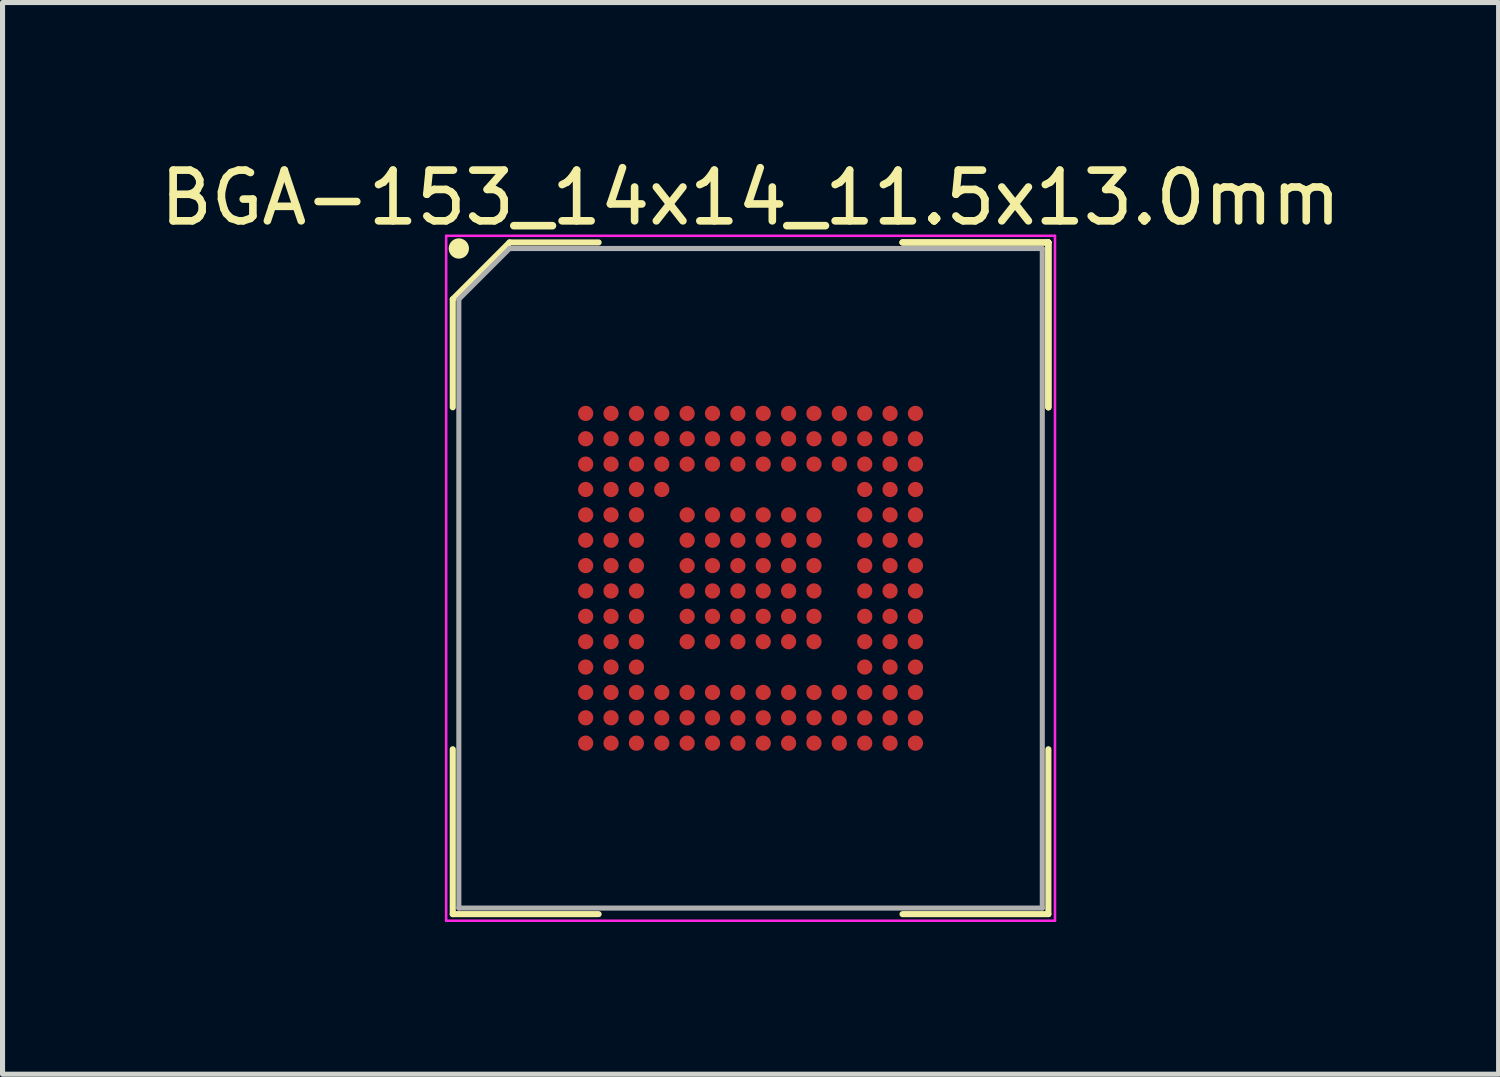
<source format=kicad_pcb>
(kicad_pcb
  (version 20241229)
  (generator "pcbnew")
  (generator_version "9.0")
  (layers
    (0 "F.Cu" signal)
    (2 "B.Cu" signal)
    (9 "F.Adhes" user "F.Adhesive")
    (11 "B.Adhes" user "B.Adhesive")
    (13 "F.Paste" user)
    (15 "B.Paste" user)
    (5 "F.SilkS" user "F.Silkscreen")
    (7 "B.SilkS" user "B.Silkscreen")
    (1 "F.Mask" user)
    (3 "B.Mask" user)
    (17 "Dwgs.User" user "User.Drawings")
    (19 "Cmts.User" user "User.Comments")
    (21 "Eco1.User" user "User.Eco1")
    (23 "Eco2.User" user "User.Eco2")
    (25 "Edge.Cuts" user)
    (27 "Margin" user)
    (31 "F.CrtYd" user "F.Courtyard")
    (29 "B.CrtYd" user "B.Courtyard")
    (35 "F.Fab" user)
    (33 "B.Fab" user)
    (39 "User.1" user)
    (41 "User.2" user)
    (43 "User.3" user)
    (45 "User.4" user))
  (footprint "BGA-153_14x14_11.5x13.0mm"
    (layer "F.Cu")
    (at 11.744 8.348)
    (property "Reference" "BGA-153_14x14_11.5x13.0mm" (at 0 -7.5 0) (layer "F.SilkS") (effects (font (size 1 1) (thickness 0.15))))
    (attr smd)
    (fp_line (start -5.87 -5.5) (end -5.87 -3.37) (stroke (width 0.12) (type solid)) (layer "F.SilkS"))
    (fp_line (start -5.87 6.62) (end -5.87 3.37) (stroke (width 0.12) (type solid)) (layer "F.SilkS"))
    (fp_line (start -4.75 -6.62) (end -5.87 -5.5) (stroke (width 0.12) (type solid)) (layer "F.SilkS"))
    (fp_line (start -2.995 -6.62) (end -4.75 -6.62) (stroke (width 0.12) (type solid)) (layer "F.SilkS"))
    (fp_line (start -2.995 6.62) (end -5.87 6.62) (stroke (width 0.12) (type solid)) (layer "F.SilkS"))
    (fp_line (start 2.995 -6.62) (end 5.87 -6.62) (stroke (width 0.12) (type solid)) (layer "F.SilkS"))
    (fp_line (start 2.995 -6.62) (end 5.87 -6.62) (stroke (width 0.12) (type solid)) (layer "F.SilkS"))
    (fp_line (start 2.995 -6.62) (end 5.87 -6.62) (stroke (width 0.12) (type solid)) (layer "F.SilkS"))
    (fp_line (start 2.995 6.62) (end 5.87 6.62) (stroke (width 0.12) (type solid)) (layer "F.SilkS"))
    (fp_line (start 5.87 -6.62) (end 5.87 -3.37) (stroke (width 0.12) (type solid)) (layer "F.SilkS"))
    (fp_line (start 5.87 -6.62) (end 5.87 -3.37) (stroke (width 0.12) (type solid)) (layer "F.SilkS"))
    (fp_line (start 5.87 -6.62) (end 5.87 -3.37) (stroke (width 0.12) (type solid)) (layer "F.SilkS"))
    (fp_line (start 5.87 6.62) (end 5.87 3.37) (stroke (width 0.12) (type solid)) (layer "F.SilkS"))
    (fp_circle (center -5.75 -6.5) (end -5.75 -6.4) (stroke (width 0.2) (type solid)) (fill no) (layer "F.SilkS"))
    (fp_line (start -6 -6.75) (end 6 -6.75) (stroke (width 0.05) (type solid)) (layer "F.CrtYd"))
    (fp_line (start -6 6.75) (end -6 -6.75) (stroke (width 0.05) (type solid)) (layer "F.CrtYd"))
    (fp_line (start 6 -6.75) (end 6 6.75) (stroke (width 0.05) (type solid)) (layer "F.CrtYd"))
    (fp_line (start 6 6.75) (end -6 6.75) (stroke (width 0.05) (type solid)) (layer "F.CrtYd"))
    (fp_line (start -5.75 -5.5) (end -5.75 6.5) (stroke (width 0.1) (type solid)) (layer "F.Fab"))
    (fp_line (start -5.75 6.5) (end 5.75 6.5) (stroke (width 0.1) (type solid)) (layer "F.Fab"))
    (fp_line (start -4.75 -6.5) (end -5.75 -5.5) (stroke (width 0.1) (type solid)) (layer "F.Fab"))
    (fp_line (start 5.75 -6.5) (end -4.75 -6.5) (stroke (width 0.1) (type solid)) (layer "F.Fab"))
    (fp_line (start 5.75 6.5) (end 5.75 -6.5) (stroke (width 0.1) (type solid)) (layer "F.Fab"))
    (pad "A1" smd circle (at -3.25 -3.25) (size 0.3 0.3) (layers "F.Cu" "F.Mask" "F.Paste"))
    (pad "A2" smd circle (at -2.75 -3.25) (size 0.3 0.3) (layers "F.Cu" "F.Mask" "F.Paste"))
    (pad "A3" smd circle (at -2.25 -3.25) (size 0.3 0.3) (layers "F.Cu" "F.Mask" "F.Paste"))
    (pad "A4" smd circle (at -1.75 -3.25) (size 0.3 0.3) (layers "F.Cu" "F.Mask" "F.Paste"))
    (pad "A5" smd circle (at -1.25 -3.25) (size 0.3 0.3) (layers "F.Cu" "F.Mask" "F.Paste"))
    (pad "A6" smd circle (at -0.75 -3.25) (size 0.3 0.3) (layers "F.Cu" "F.Mask" "F.Paste"))
    (pad "A7" smd circle (at -0.25 -3.25) (size 0.3 0.3) (layers "F.Cu" "F.Mask" "F.Paste"))
    (pad "A8" smd circle (at 0.25 -3.25) (size 0.3 0.3) (layers "F.Cu" "F.Mask" "F.Paste"))
    (pad "A9" smd circle (at 0.75 -3.25) (size 0.3 0.3) (layers "F.Cu" "F.Mask" "F.Paste"))
    (pad "A10" smd circle (at 1.25 -3.25) (size 0.3 0.3) (layers "F.Cu" "F.Mask" "F.Paste"))
    (pad "A11" smd circle (at 1.75 -3.25) (size 0.3 0.3) (layers "F.Cu" "F.Mask" "F.Paste"))
    (pad "A12" smd circle (at 2.25 -3.25) (size 0.3 0.3) (layers "F.Cu" "F.Mask" "F.Paste"))
    (pad "A13" smd circle (at 2.75 -3.25) (size 0.3 0.3) (layers "F.Cu" "F.Mask" "F.Paste"))
    (pad "A14" smd circle (at 3.25 -3.25) (size 0.3 0.3) (layers "F.Cu" "F.Mask" "F.Paste"))
    (pad "B1" smd circle (at -3.25 -2.75) (size 0.3 0.3) (layers "F.Cu" "F.Mask" "F.Paste"))
    (pad "B2" smd circle (at -2.75 -2.75) (size 0.3 0.3) (layers "F.Cu" "F.Mask" "F.Paste"))
    (pad "B3" smd circle (at -2.25 -2.75) (size 0.3 0.3) (layers "F.Cu" "F.Mask" "F.Paste"))
    (pad "B4" smd circle (at -1.75 -2.75) (size 0.3 0.3) (layers "F.Cu" "F.Mask" "F.Paste"))
    (pad "B5" smd circle (at -1.25 -2.75) (size 0.3 0.3) (layers "F.Cu" "F.Mask" "F.Paste"))
    (pad "B6" smd circle (at -0.75 -2.75) (size 0.3 0.3) (layers "F.Cu" "F.Mask" "F.Paste"))
    (pad "B7" smd circle (at -0.25 -2.75) (size 0.3 0.3) (layers "F.Cu" "F.Mask" "F.Paste"))
    (pad "B8" smd circle (at 0.25 -2.75) (size 0.3 0.3) (layers "F.Cu" "F.Mask" "F.Paste"))
    (pad "B9" smd circle (at 0.75 -2.75) (size 0.3 0.3) (layers "F.Cu" "F.Mask" "F.Paste"))
    (pad "B10" smd circle (at 1.25 -2.75) (size 0.3 0.3) (layers "F.Cu" "F.Mask" "F.Paste"))
    (pad "B11" smd circle (at 1.75 -2.75) (size 0.3 0.3) (layers "F.Cu" "F.Mask" "F.Paste"))
    (pad "B12" smd circle (at 2.25 -2.75) (size 0.3 0.3) (layers "F.Cu" "F.Mask" "F.Paste"))
    (pad "B13" smd circle (at 2.75 -2.75) (size 0.3 0.3) (layers "F.Cu" "F.Mask" "F.Paste"))
    (pad "B14" smd circle (at 3.25 -2.75) (size 0.3 0.3) (layers "F.Cu" "F.Mask" "F.Paste"))
    (pad "C1" smd circle (at -3.25 -2.25) (size 0.3 0.3) (layers "F.Cu" "F.Mask" "F.Paste"))
    (pad "C2" smd circle (at -2.75 -2.25) (size 0.3 0.3) (layers "F.Cu" "F.Mask" "F.Paste"))
    (pad "C3" smd circle (at -2.25 -2.25) (size 0.3 0.3) (layers "F.Cu" "F.Mask" "F.Paste"))
    (pad "C4" smd circle (at -1.75 -2.25) (size 0.3 0.3) (layers "F.Cu" "F.Mask" "F.Paste"))
    (pad "C5" smd circle (at -1.25 -2.25) (size 0.3 0.3) (layers "F.Cu" "F.Mask" "F.Paste"))
    (pad "C6" smd circle (at -0.75 -2.25) (size 0.3 0.3) (layers "F.Cu" "F.Mask" "F.Paste"))
    (pad "C7" smd circle (at -0.25 -2.25) (size 0.3 0.3) (layers "F.Cu" "F.Mask" "F.Paste"))
    (pad "C8" smd circle (at 0.25 -2.25) (size 0.3 0.3) (layers "F.Cu" "F.Mask" "F.Paste"))
    (pad "C9" smd circle (at 0.75 -2.25) (size 0.3 0.3) (layers "F.Cu" "F.Mask" "F.Paste"))
    (pad "C10" smd circle (at 1.25 -2.25) (size 0.3 0.3) (layers "F.Cu" "F.Mask" "F.Paste"))
    (pad "C11" smd circle (at 1.75 -2.25) (size 0.3 0.3) (layers "F.Cu" "F.Mask" "F.Paste"))
    (pad "C12" smd circle (at 2.25 -2.25) (size 0.3 0.3) (layers "F.Cu" "F.Mask" "F.Paste"))
    (pad "C13" smd circle (at 2.75 -2.25) (size 0.3 0.3) (layers "F.Cu" "F.Mask" "F.Paste"))
    (pad "C14" smd circle (at 3.25 -2.25) (size 0.3 0.3) (layers "F.Cu" "F.Mask" "F.Paste"))
    (pad "D1" smd circle (at -3.25 -1.75) (size 0.3 0.3) (layers "F.Cu" "F.Mask" "F.Paste"))
    (pad "D2" smd circle (at -2.75 -1.75) (size 0.3 0.3) (layers "F.Cu" "F.Mask" "F.Paste"))
    (pad "D3" smd circle (at -2.25 -1.75) (size 0.3 0.3) (layers "F.Cu" "F.Mask" "F.Paste"))
    (pad "D4" smd circle (at -1.75 -1.75) (size 0.3 0.3) (layers "F.Cu" "F.Mask" "F.Paste"))
    (pad "D12" smd circle (at 2.25 -1.75) (size 0.3 0.3) (layers "F.Cu" "F.Mask" "F.Paste"))
    (pad "D13" smd circle (at 2.75 -1.75) (size 0.3 0.3) (layers "F.Cu" "F.Mask" "F.Paste"))
    (pad "D14" smd circle (at 3.25 -1.75) (size 0.3 0.3) (layers "F.Cu" "F.Mask" "F.Paste"))
    (pad "E1" smd circle (at -3.25 -1.25) (size 0.3 0.3) (layers "F.Cu" "F.Mask" "F.Paste"))
    (pad "E2" smd circle (at -2.75 -1.25) (size 0.3 0.3) (layers "F.Cu" "F.Mask" "F.Paste"))
    (pad "E3" smd circle (at -2.25 -1.25) (size 0.3 0.3) (layers "F.Cu" "F.Mask" "F.Paste"))
    (pad "E5" smd circle (at -1.25 -1.25) (size 0.3 0.3) (layers "F.Cu" "F.Mask" "F.Paste"))
    (pad "E6" smd circle (at -0.75 -1.25) (size 0.3 0.3) (layers "F.Cu" "F.Mask" "F.Paste"))
    (pad "E7" smd circle (at -0.25 -1.25) (size 0.3 0.3) (layers "F.Cu" "F.Mask" "F.Paste"))
    (pad "E8" smd circle (at 0.25 -1.25) (size 0.3 0.3) (layers "F.Cu" "F.Mask" "F.Paste"))
    (pad "E9" smd circle (at 0.75 -1.25) (size 0.3 0.3) (layers "F.Cu" "F.Mask" "F.Paste"))
    (pad "E10" smd circle (at 1.25 -1.25) (size 0.3 0.3) (layers "F.Cu" "F.Mask" "F.Paste"))
    (pad "E12" smd circle (at 2.25 -1.25) (size 0.3 0.3) (layers "F.Cu" "F.Mask" "F.Paste"))
    (pad "E13" smd circle (at 2.75 -1.25) (size 0.3 0.3) (layers "F.Cu" "F.Mask" "F.Paste"))
    (pad "E14" smd circle (at 3.25 -1.25) (size 0.3 0.3) (layers "F.Cu" "F.Mask" "F.Paste"))
    (pad "F1" smd circle (at -3.25 -0.75) (size 0.3 0.3) (layers "F.Cu" "F.Mask" "F.Paste"))
    (pad "F2" smd circle (at -2.75 -0.75) (size 0.3 0.3) (layers "F.Cu" "F.Mask" "F.Paste"))
    (pad "F3" smd circle (at -2.25 -0.75) (size 0.3 0.3) (layers "F.Cu" "F.Mask" "F.Paste"))
    (pad "F5" smd circle (at -1.25 -0.75) (size 0.3 0.3) (layers "F.Cu" "F.Mask" "F.Paste"))
    (pad "F6" smd circle (at -0.75 -0.75) (size 0.3 0.3) (layers "F.Cu" "F.Mask" "F.Paste"))
    (pad "F7" smd circle (at -0.25 -0.75) (size 0.3 0.3) (layers "F.Cu" "F.Mask" "F.Paste"))
    (pad "F8" smd circle (at 0.25 -0.75) (size 0.3 0.3) (layers "F.Cu" "F.Mask" "F.Paste"))
    (pad "F9" smd circle (at 0.75 -0.75) (size 0.3 0.3) (layers "F.Cu" "F.Mask" "F.Paste"))
    (pad "F10" smd circle (at 1.25 -0.75) (size 0.3 0.3) (layers "F.Cu" "F.Mask" "F.Paste"))
    (pad "F12" smd circle (at 2.25 -0.75) (size 0.3 0.3) (layers "F.Cu" "F.Mask" "F.Paste"))
    (pad "F13" smd circle (at 2.75 -0.75) (size 0.3 0.3) (layers "F.Cu" "F.Mask" "F.Paste"))
    (pad "F14" smd circle (at 3.25 -0.75) (size 0.3 0.3) (layers "F.Cu" "F.Mask" "F.Paste"))
    (pad "G1" smd circle (at -3.25 -0.25) (size 0.3 0.3) (layers "F.Cu" "F.Mask" "F.Paste"))
    (pad "G2" smd circle (at -2.75 -0.25) (size 0.3 0.3) (layers "F.Cu" "F.Mask" "F.Paste"))
    (pad "G3" smd circle (at -2.25 -0.25) (size 0.3 0.3) (layers "F.Cu" "F.Mask" "F.Paste"))
    (pad "G5" smd circle (at -1.25 -0.25) (size 0.3 0.3) (layers "F.Cu" "F.Mask" "F.Paste"))
    (pad "G6" smd circle (at -0.75 -0.25) (size 0.3 0.3) (layers "F.Cu" "F.Mask" "F.Paste"))
    (pad "G7" smd circle (at -0.25 -0.25) (size 0.3 0.3) (layers "F.Cu" "F.Mask" "F.Paste"))
    (pad "G8" smd circle (at 0.25 -0.25) (size 0.3 0.3) (layers "F.Cu" "F.Mask" "F.Paste"))
    (pad "G9" smd circle (at 0.75 -0.25) (size 0.3 0.3) (layers "F.Cu" "F.Mask" "F.Paste"))
    (pad "G10" smd circle (at 1.25 -0.25) (size 0.3 0.3) (layers "F.Cu" "F.Mask" "F.Paste"))
    (pad "G12" smd circle (at 2.25 -0.25) (size 0.3 0.3) (layers "F.Cu" "F.Mask" "F.Paste"))
    (pad "G13" smd circle (at 2.75 -0.25) (size 0.3 0.3) (layers "F.Cu" "F.Mask" "F.Paste"))
    (pad "G14" smd circle (at 3.25 -0.25) (size 0.3 0.3) (layers "F.Cu" "F.Mask" "F.Paste"))
    (pad "H1" smd circle (at -3.25 0.25) (size 0.3 0.3) (layers "F.Cu" "F.Mask" "F.Paste"))
    (pad "H2" smd circle (at -2.75 0.25) (size 0.3 0.3) (layers "F.Cu" "F.Mask" "F.Paste"))
    (pad "H3" smd circle (at -2.25 0.25) (size 0.3 0.3) (layers "F.Cu" "F.Mask" "F.Paste"))
    (pad "H5" smd circle (at -1.25 0.25) (size 0.3 0.3) (layers "F.Cu" "F.Mask" "F.Paste"))
    (pad "H6" smd circle (at -0.75 0.25) (size 0.3 0.3) (layers "F.Cu" "F.Mask" "F.Paste"))
    (pad "H7" smd circle (at -0.25 0.25) (size 0.3 0.3) (layers "F.Cu" "F.Mask" "F.Paste"))
    (pad "H8" smd circle (at 0.25 0.25) (size 0.3 0.3) (layers "F.Cu" "F.Mask" "F.Paste"))
    (pad "H9" smd circle (at 0.75 0.25) (size 0.3 0.3) (layers "F.Cu" "F.Mask" "F.Paste"))
    (pad "H10" smd circle (at 1.25 0.25) (size 0.3 0.3) (layers "F.Cu" "F.Mask" "F.Paste"))
    (pad "H12" smd circle (at 2.25 0.25) (size 0.3 0.3) (layers "F.Cu" "F.Mask" "F.Paste"))
    (pad "H13" smd circle (at 2.75 0.25) (size 0.3 0.3) (layers "F.Cu" "F.Mask" "F.Paste"))
    (pad "H14" smd circle (at 3.25 0.25) (size 0.3 0.3) (layers "F.Cu" "F.Mask" "F.Paste"))
    (pad "J1" smd circle (at -3.25 0.75) (size 0.3 0.3) (layers "F.Cu" "F.Mask" "F.Paste"))
    (pad "J2" smd circle (at -2.75 0.75) (size 0.3 0.3) (layers "F.Cu" "F.Mask" "F.Paste"))
    (pad "J3" smd circle (at -2.25 0.75) (size 0.3 0.3) (layers "F.Cu" "F.Mask" "F.Paste"))
    (pad "J5" smd circle (at -1.25 0.75) (size 0.3 0.3) (layers "F.Cu" "F.Mask" "F.Paste"))
    (pad "J6" smd circle (at -0.75 0.75) (size 0.3 0.3) (layers "F.Cu" "F.Mask" "F.Paste"))
    (pad "J7" smd circle (at -0.25 0.75) (size 0.3 0.3) (layers "F.Cu" "F.Mask" "F.Paste"))
    (pad "J8" smd circle (at 0.25 0.75) (size 0.3 0.3) (layers "F.Cu" "F.Mask" "F.Paste"))
    (pad "J9" smd circle (at 0.75 0.75) (size 0.3 0.3) (layers "F.Cu" "F.Mask" "F.Paste"))
    (pad "J10" smd circle (at 1.25 0.75) (size 0.3 0.3) (layers "F.Cu" "F.Mask" "F.Paste"))
    (pad "J12" smd circle (at 2.25 0.75) (size 0.3 0.3) (layers "F.Cu" "F.Mask" "F.Paste"))
    (pad "J13" smd circle (at 2.75 0.75) (size 0.3 0.3) (layers "F.Cu" "F.Mask" "F.Paste"))
    (pad "J14" smd circle (at 3.25 0.75) (size 0.3 0.3) (layers "F.Cu" "F.Mask" "F.Paste"))
    (pad "K1" smd circle (at -3.25 1.25) (size 0.3 0.3) (layers "F.Cu" "F.Mask" "F.Paste"))
    (pad "K2" smd circle (at -2.75 1.25) (size 0.3 0.3) (layers "F.Cu" "F.Mask" "F.Paste"))
    (pad "K3" smd circle (at -2.25 1.25) (size 0.3 0.3) (layers "F.Cu" "F.Mask" "F.Paste"))
    (pad "K5" smd circle (at -1.25 1.25) (size 0.3 0.3) (layers "F.Cu" "F.Mask" "F.Paste"))
    (pad "K6" smd circle (at -0.75 1.25) (size 0.3 0.3) (layers "F.Cu" "F.Mask" "F.Paste"))
    (pad "K7" smd circle (at -0.25 1.25) (size 0.3 0.3) (layers "F.Cu" "F.Mask" "F.Paste"))
    (pad "K8" smd circle (at 0.25 1.25) (size 0.3 0.3) (layers "F.Cu" "F.Mask" "F.Paste"))
    (pad "K9" smd circle (at 0.75 1.25) (size 0.3 0.3) (layers "F.Cu" "F.Mask" "F.Paste"))
    (pad "K10" smd circle (at 1.25 1.25) (size 0.3 0.3) (layers "F.Cu" "F.Mask" "F.Paste"))
    (pad "K12" smd circle (at 2.25 1.25) (size 0.3 0.3) (layers "F.Cu" "F.Mask" "F.Paste"))
    (pad "K13" smd circle (at 2.75 1.25) (size 0.3 0.3) (layers "F.Cu" "F.Mask" "F.Paste"))
    (pad "K14" smd circle (at 3.25 1.25) (size 0.3 0.3) (layers "F.Cu" "F.Mask" "F.Paste"))
    (pad "L1" smd circle (at -3.25 1.75) (size 0.3 0.3) (layers "F.Cu" "F.Mask" "F.Paste"))
    (pad "L2" smd circle (at -2.75 1.75) (size 0.3 0.3) (layers "F.Cu" "F.Mask" "F.Paste"))
    (pad "L3" smd circle (at -2.25 1.75) (size 0.3 0.3) (layers "F.Cu" "F.Mask" "F.Paste"))
    (pad "L12" smd circle (at 2.25 1.75) (size 0.3 0.3) (layers "F.Cu" "F.Mask" "F.Paste"))
    (pad "L13" smd circle (at 2.75 1.75) (size 0.3 0.3) (layers "F.Cu" "F.Mask" "F.Paste"))
    (pad "L14" smd circle (at 3.25 1.75) (size 0.3 0.3) (layers "F.Cu" "F.Mask" "F.Paste"))
    (pad "M1" smd circle (at -3.25 2.25) (size 0.3 0.3) (layers "F.Cu" "F.Mask" "F.Paste"))
    (pad "M2" smd circle (at -2.75 2.25) (size 0.3 0.3) (layers "F.Cu" "F.Mask" "F.Paste"))
    (pad "M3" smd circle (at -2.25 2.25) (size 0.3 0.3) (layers "F.Cu" "F.Mask" "F.Paste"))
    (pad "M4" smd circle (at -1.75 2.25) (size 0.3 0.3) (layers "F.Cu" "F.Mask" "F.Paste"))
    (pad "M5" smd circle (at -1.25 2.25) (size 0.3 0.3) (layers "F.Cu" "F.Mask" "F.Paste"))
    (pad "M6" smd circle (at -0.75 2.25) (size 0.3 0.3) (layers "F.Cu" "F.Mask" "F.Paste"))
    (pad "M7" smd circle (at -0.25 2.25) (size 0.3 0.3) (layers "F.Cu" "F.Mask" "F.Paste"))
    (pad "M8" smd circle (at 0.25 2.25) (size 0.3 0.3) (layers "F.Cu" "F.Mask" "F.Paste"))
    (pad "M9" smd circle (at 0.75 2.25) (size 0.3 0.3) (layers "F.Cu" "F.Mask" "F.Paste"))
    (pad "M10" smd circle (at 1.25 2.25) (size 0.3 0.3) (layers "F.Cu" "F.Mask" "F.Paste"))
    (pad "M11" smd circle (at 1.75 2.25) (size 0.3 0.3) (layers "F.Cu" "F.Mask" "F.Paste"))
    (pad "M12" smd circle (at 2.25 2.25) (size 0.3 0.3) (layers "F.Cu" "F.Mask" "F.Paste"))
    (pad "M13" smd circle (at 2.75 2.25) (size 0.3 0.3) (layers "F.Cu" "F.Mask" "F.Paste"))
    (pad "M14" smd circle (at 3.25 2.25) (size 0.3 0.3) (layers "F.Cu" "F.Mask" "F.Paste"))
    (pad "N1" smd circle (at -3.25 2.75) (size 0.3 0.3) (layers "F.Cu" "F.Mask" "F.Paste"))
    (pad "N2" smd circle (at -2.75 2.75) (size 0.3 0.3) (layers "F.Cu" "F.Mask" "F.Paste"))
    (pad "N3" smd circle (at -2.25 2.75) (size 0.3 0.3) (layers "F.Cu" "F.Mask" "F.Paste"))
    (pad "N4" smd circle (at -1.75 2.75) (size 0.3 0.3) (layers "F.Cu" "F.Mask" "F.Paste"))
    (pad "N5" smd circle (at -1.25 2.75) (size 0.3 0.3) (layers "F.Cu" "F.Mask" "F.Paste"))
    (pad "N6" smd circle (at -0.75 2.75) (size 0.3 0.3) (layers "F.Cu" "F.Mask" "F.Paste"))
    (pad "N7" smd circle (at -0.25 2.75) (size 0.3 0.3) (layers "F.Cu" "F.Mask" "F.Paste"))
    (pad "N8" smd circle (at 0.25 2.75) (size 0.3 0.3) (layers "F.Cu" "F.Mask" "F.Paste"))
    (pad "N9" smd circle (at 0.75 2.75) (size 0.3 0.3) (layers "F.Cu" "F.Mask" "F.Paste"))
    (pad "N10" smd circle (at 1.25 2.75) (size 0.3 0.3) (layers "F.Cu" "F.Mask" "F.Paste"))
    (pad "N11" smd circle (at 1.75 2.75) (size 0.3 0.3) (layers "F.Cu" "F.Mask" "F.Paste"))
    (pad "N12" smd circle (at 2.25 2.75) (size 0.3 0.3) (layers "F.Cu" "F.Mask" "F.Paste"))
    (pad "N13" smd circle (at 2.75 2.75) (size 0.3 0.3) (layers "F.Cu" "F.Mask" "F.Paste"))
    (pad "N14" smd circle (at 3.25 2.75) (size 0.3 0.3) (layers "F.Cu" "F.Mask" "F.Paste"))
    (pad "P1" smd circle (at -3.25 3.25) (size 0.3 0.3) (layers "F.Cu" "F.Mask" "F.Paste"))
    (pad "P2" smd circle (at -2.75 3.25) (size 0.3 0.3) (layers "F.Cu" "F.Mask" "F.Paste"))
    (pad "P3" smd circle (at -2.25 3.25) (size 0.3 0.3) (layers "F.Cu" "F.Mask" "F.Paste"))
    (pad "P4" smd circle (at -1.75 3.25) (size 0.3 0.3) (layers "F.Cu" "F.Mask" "F.Paste"))
    (pad "P5" smd circle (at -1.25 3.25) (size 0.3 0.3) (layers "F.Cu" "F.Mask" "F.Paste"))
    (pad "P6" smd circle (at -0.75 3.25) (size 0.3 0.3) (layers "F.Cu" "F.Mask" "F.Paste"))
    (pad "P7" smd circle (at -0.25 3.25) (size 0.3 0.3) (layers "F.Cu" "F.Mask" "F.Paste"))
    (pad "P8" smd circle (at 0.25 3.25) (size 0.3 0.3) (layers "F.Cu" "F.Mask" "F.Paste"))
    (pad "P9" smd circle (at 0.75 3.25) (size 0.3 0.3) (layers "F.Cu" "F.Mask" "F.Paste"))
    (pad "P10" smd circle (at 1.25 3.25) (size 0.3 0.3) (layers "F.Cu" "F.Mask" "F.Paste"))
    (pad "P11" smd circle (at 1.75 3.25) (size 0.3 0.3) (layers "F.Cu" "F.Mask" "F.Paste"))
    (pad "P12" smd circle (at 2.25 3.25) (size 0.3 0.3) (layers "F.Cu" "F.Mask" "F.Paste"))
    (pad "P13" smd circle (at 2.75 3.25) (size 0.3 0.3) (layers "F.Cu" "F.Mask" "F.Paste"))
    (pad "P14" smd circle (at 3.25 3.25) (size 0.3 0.3) (layers "F.Cu" "F.Mask" "F.Paste")))
  (gr_rect
    (start -3 -3)
    (end 26.488 18.123)
    (stroke (width 0.1) (type default))
    (fill no)
    (layer "Edge.Cuts")))
</source>
